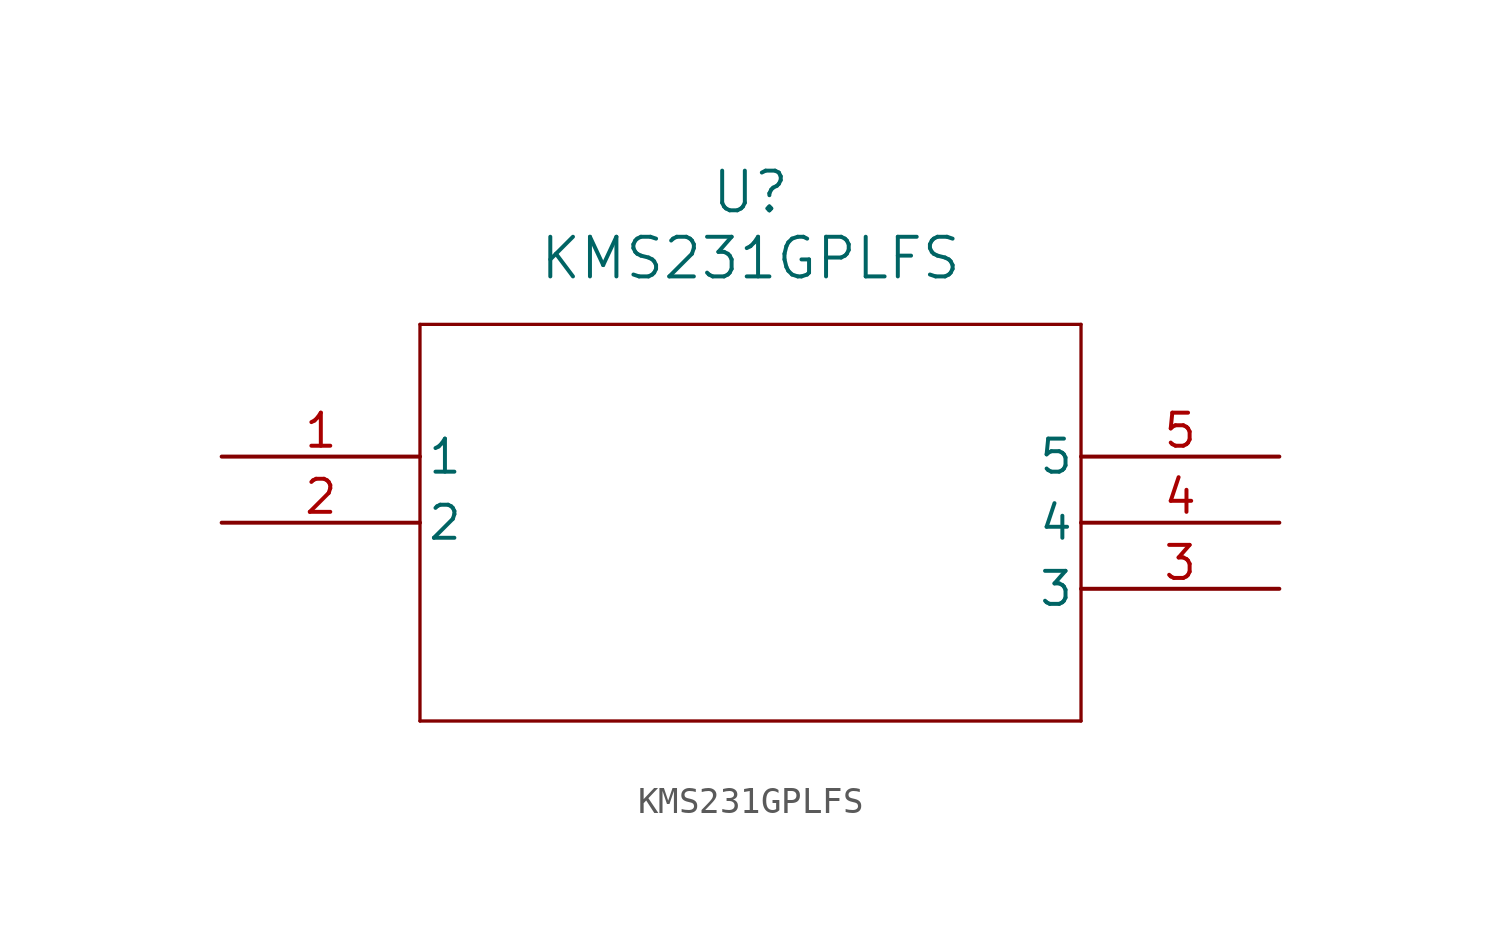
<source format=kicad_sym>
(kicad_symbol_lib
  (version 20211014)
  (generator kicad_symbol_editor)
  (symbol "KMS231GPLFS"
    (pin_names
      (offset 0.254))
    (property "Reference" "U"
      (at 20.32 10.16 0)
      (effects (font (size 1.524 1.524))))
    (property "Value" "KMS231GPLFS"
      (at 20.32 7.62 0)
      (effects (font (size 1.524 1.524))))
    (symbol "KMS231GPLFS_0_1"
      (polyline (pts (xy 7.62 5.08) (xy 7.62 -10.16)) (stroke (width 0.127) (type default) (color 0 0 0 0)) (fill (type none)))
      (polyline (pts (xy 7.62 -10.16) (xy 33.02 -10.16)) (stroke (width 0.127) (type default) (color 0 0 0 0)) (fill (type none)))
      (polyline (pts (xy 33.02 -10.16) (xy 33.02 5.08)) (stroke (width 0.127) (type default) (color 0 0 0 0)) (fill (type none)))
      (polyline (pts (xy 33.02 5.08) (xy 7.62 5.08)) (stroke (width 0.127) (type default) (color 0 0 0 0)) (fill (type none)))
      (pin unspecified line (at 0 0 0) (length 7.62) (name "1" (effects (font (size 1.27 1.27)))) (number "1" (effects (font (size 1.27 1.27)))))
      (pin unspecified line (at 0 -2.54 0) (length 7.62) (name "2" (effects (font (size 1.27 1.27)))) (number "2" (effects (font (size 1.27 1.27)))))
      (pin unspecified line (at 40.64 -5.08 180) (length 7.62) (name "3" (effects (font (size 1.27 1.27)))) (number "3" (effects (font (size 1.27 1.27)))))
      (pin unspecified line (at 40.64 -2.54 180) (length 7.62) (name "4" (effects (font (size 1.27 1.27)))) (number "4" (effects (font (size 1.27 1.27)))))
      (pin unspecified line (at 40.64 0 180) (length 7.62) (name "5" (effects (font (size 1.27 1.27)))) (number "5" (effects (font (size 1.27 1.27))))))))
</source>
